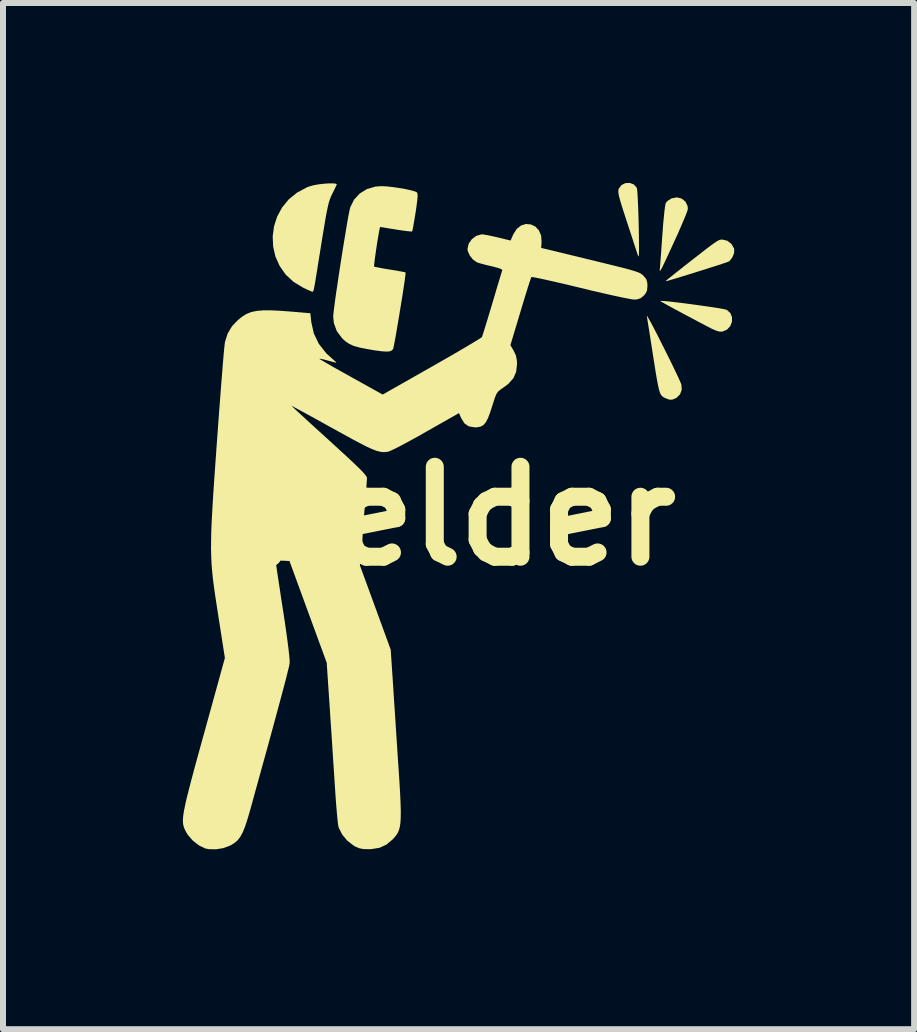
<source format=kicad_pcb>
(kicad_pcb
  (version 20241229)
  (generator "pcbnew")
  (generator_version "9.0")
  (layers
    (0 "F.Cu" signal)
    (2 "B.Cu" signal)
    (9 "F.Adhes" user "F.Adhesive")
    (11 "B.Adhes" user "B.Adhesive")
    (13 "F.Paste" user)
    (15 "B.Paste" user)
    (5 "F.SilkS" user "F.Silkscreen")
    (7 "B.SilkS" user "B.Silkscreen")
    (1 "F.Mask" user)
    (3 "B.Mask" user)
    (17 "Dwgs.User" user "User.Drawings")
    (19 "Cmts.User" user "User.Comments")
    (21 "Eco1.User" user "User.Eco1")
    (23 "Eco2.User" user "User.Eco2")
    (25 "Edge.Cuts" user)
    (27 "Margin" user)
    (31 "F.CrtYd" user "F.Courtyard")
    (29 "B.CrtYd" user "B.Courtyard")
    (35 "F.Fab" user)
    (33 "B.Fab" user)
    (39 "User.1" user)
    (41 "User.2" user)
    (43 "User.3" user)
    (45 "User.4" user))
  (footprint "welder"
    (layer "F.Cu")
    (at 4.593 5.555)
    (property "Reference" "welder" (at 0 0 0) (layer "F.SilkS") (effects (font (size 1.5 1.5) (thickness 0.3))))
    (attr board_only exclude_from_pos_files exclude_from_bom)
    (fp_poly (pts (xy 3.431 -3.585) (xy 3.511 -3.578) (xy 3.614 -3.566) (xy 3.733 -3.552) (xy 3.862 -3.535) (xy 3.995 -3.517) (xy 4.123 -3.499) (xy 4.241 -3.482) (xy 4.342 -3.466) (xy 4.419 -3.452) (xy 4.466 -3.442) (xy 4.475 -3.438) (xy 4.535 -3.386) (xy 4.563 -3.316) (xy 4.562 -3.239) (xy 4.534 -3.167) (xy 4.48 -3.109) (xy 4.404 -3.076) (xy 4.404 -3.076) (xy 4.358 -3.075) (xy 4.3 -3.091) (xy 4.22 -3.126) (xy 4.164 -3.155) (xy 4.017 -3.232) (xy 3.873 -3.309) (xy 3.737 -3.381) (xy 3.615 -3.447) (xy 3.511 -3.503) (xy 3.432 -3.547) (xy 3.381 -3.576) (xy 3.366 -3.586) (xy 3.38 -3.588)) (stroke (width 0) (type solid)) (fill yes) (layer "F.SilkS"))
    (fp_poly (pts (xy 2.927 -5.529) (xy 2.976 -5.473) (xy 2.981 -5.444) (xy 2.987 -5.379) (xy 2.992 -5.286) (xy 2.997 -5.172) (xy 3.002 -5.044) (xy 3.006 -4.909) (xy 3.009 -4.773) (xy 3.011 -4.644) (xy 3.012 -4.528) (xy 3.012 -4.433) (xy 3.011 -4.364) (xy 3.007 -4.33) (xy 3.006 -4.328) (xy 2.995 -4.344) (xy 2.991 -4.355) (xy 2.982 -4.382) (xy 2.962 -4.445) (xy 2.931 -4.537) (xy 2.894 -4.653) (xy 2.85 -4.786) (xy 2.816 -4.89) (xy 2.764 -5.05) (xy 2.724 -5.175) (xy 2.696 -5.269) (xy 2.678 -5.338) (xy 2.669 -5.387) (xy 2.667 -5.422) (xy 2.671 -5.448) (xy 2.675 -5.459) (xy 2.72 -5.519) (xy 2.786 -5.552) (xy 2.859 -5.555)) (stroke (width 0) (type solid)) (fill yes) (layer "F.SilkS"))
    (fp_poly (pts (xy 3.723 -5.294) (xy 3.786 -5.244) (xy 3.822 -5.17) (xy 3.827 -5.125) (xy 3.819 -5.09) (xy 3.794 -5.023) (xy 3.755 -4.929) (xy 3.706 -4.814) (xy 3.649 -4.684) (xy 3.61 -4.6) (xy 3.535 -4.436) (xy 3.476 -4.308) (xy 3.431 -4.213) (xy 3.399 -4.147) (xy 3.377 -4.107) (xy 3.365 -4.089) (xy 3.359 -4.09) (xy 3.358 -4.107) (xy 3.361 -4.135) (xy 3.363 -4.155) (xy 3.367 -4.206) (xy 3.373 -4.292) (xy 3.382 -4.405) (xy 3.391 -4.537) (xy 3.401 -4.679) (xy 3.404 -4.715) (xy 3.414 -4.855) (xy 3.426 -4.982) (xy 3.437 -5.089) (xy 3.448 -5.17) (xy 3.457 -5.216) (xy 3.459 -5.222) (xy 3.495 -5.26) (xy 3.55 -5.294) (xy 3.557 -5.297) (xy 3.644 -5.314)) (stroke (width 0) (type solid)) (fill yes) (layer "F.SilkS"))
    (fp_poly (pts (xy 3.149 -3.334) (xy 3.171 -3.297) (xy 3.208 -3.231) (xy 3.255 -3.142) (xy 3.31 -3.036) (xy 3.37 -2.917) (xy 3.433 -2.792) (xy 3.496 -2.666) (xy 3.557 -2.543) (xy 3.611 -2.43) (xy 3.658 -2.332) (xy 3.693 -2.255) (xy 3.715 -2.203) (xy 3.719 -2.19) (xy 3.725 -2.107) (xy 3.696 -2.029) (xy 3.639 -1.972) (xy 3.63 -1.967) (xy 3.571 -1.942) (xy 3.522 -1.94) (xy 3.462 -1.962) (xy 3.441 -1.971) (xy 3.416 -1.985) (xy 3.395 -2.001) (xy 3.377 -2.025) (xy 3.36 -2.061) (xy 3.344 -2.114) (xy 3.328 -2.188) (xy 3.309 -2.288) (xy 3.287 -2.418) (xy 3.261 -2.584) (xy 3.24 -2.718) (xy 3.216 -2.872) (xy 3.194 -3.014) (xy 3.174 -3.139) (xy 3.158 -3.239) (xy 3.147 -3.309) (xy 3.142 -3.338)) (stroke (width 0) (type solid)) (fill yes) (layer "F.SilkS"))
    (fp_poly (pts (xy 4.486 -4.59) (xy 4.554 -4.537) (xy 4.597 -4.462) (xy 4.6 -4.451) (xy 4.598 -4.387) (xy 4.571 -4.317) (xy 4.529 -4.26) (xy 4.507 -4.244) (xy 4.476 -4.232) (xy 4.409 -4.209) (xy 4.315 -4.178) (xy 4.198 -4.141) (xy 4.066 -4.099) (xy 4.001 -4.079) (xy 3.835 -4.027) (xy 3.705 -3.987) (xy 3.608 -3.957) (xy 3.539 -3.937) (xy 3.495 -3.924) (xy 3.469 -3.918) (xy 3.459 -3.917) (xy 3.46 -3.921) (xy 3.467 -3.928) (xy 3.469 -3.929) (xy 3.497 -3.953) (xy 3.547 -3.993) (xy 3.588 -4.026) (xy 3.766 -4.167) (xy 3.914 -4.283) (xy 4.034 -4.376) (xy 4.129 -4.45) (xy 4.204 -4.507) (xy 4.261 -4.548) (xy 4.303 -4.577) (xy 4.335 -4.595) (xy 4.358 -4.605) (xy 4.377 -4.609) (xy 4.395 -4.61) (xy 4.406 -4.61)) (stroke (width 0) (type solid)) (fill yes) (layer "F.SilkS"))
    (fp_poly (pts (xy -2.085 -5.547) (xy -2.039 -5.541) (xy -2.026 -5.529) (xy -2.039 -5.503) (xy -2.065 -5.449) (xy -2.1 -5.378) (xy -2.104 -5.371) (xy -2.124 -5.328) (xy -2.143 -5.281) (xy -2.16 -5.227) (xy -2.176 -5.16) (xy -2.194 -5.074) (xy -2.215 -4.964) (xy -2.238 -4.824) (xy -2.267 -4.65) (xy -2.284 -4.545) (xy -2.317 -4.338) (xy -2.344 -4.17) (xy -2.365 -4.037) (xy -2.382 -3.934) (xy -2.395 -3.859) (xy -2.405 -3.806) (xy -2.413 -3.772) (xy -2.419 -3.752) (xy -2.425 -3.743) (xy -2.43 -3.741) (xy -2.432 -3.74) (xy -2.458 -3.749) (xy -2.511 -3.772) (xy -2.581 -3.804) (xy -2.583 -3.805) (xy -2.747 -3.904) (xy -2.88 -4.027) (xy -2.98 -4.17) (xy -3.05 -4.326) (xy -3.088 -4.492) (xy -3.096 -4.661) (xy -3.074 -4.83) (xy -3.022 -4.992) (xy -2.94 -5.144) (xy -2.829 -5.28) (xy -2.689 -5.394) (xy -2.521 -5.483) (xy -2.47 -5.501) (xy -2.405 -5.518) (xy -2.324 -5.532) (xy -2.237 -5.542) (xy -2.154 -5.547)) (stroke (width 0) (type solid)) (fill yes) (layer "F.SilkS"))
    (fp_poly (pts (xy -1.198 -5.497) (xy -1.095 -5.486) (xy -0.987 -5.47) (xy -0.882 -5.452) (xy -0.791 -5.432) (xy -0.724 -5.413) (xy -0.691 -5.397) (xy -0.682 -5.376) (xy -0.679 -5.334) (xy -0.685 -5.266) (xy -0.698 -5.165) (xy -0.713 -5.063) (xy -0.731 -4.953) (xy -0.747 -4.859) (xy -0.76 -4.788) (xy -0.769 -4.75) (xy -0.77 -4.746) (xy -0.794 -4.745) (xy -0.853 -4.751) (xy -0.937 -4.762) (xy -1.038 -4.777) (xy -1.043 -4.778) (xy -1.306 -4.82) (xy -1.316 -4.775) (xy -1.327 -4.716) (xy -1.341 -4.634) (xy -1.357 -4.537) (xy -1.372 -4.435) (xy -1.386 -4.337) (xy -1.397 -4.253) (xy -1.404 -4.191) (xy -1.406 -4.161) (xy -1.405 -4.16) (xy -1.382 -4.153) (xy -1.324 -4.142) (xy -1.24 -4.126) (xy -1.142 -4.11) (xy -1.042 -4.094) (xy -0.959 -4.079) (xy -0.902 -4.068) (xy -0.88 -4.062) (xy -0.881 -4.039) (xy -0.888 -3.98) (xy -0.9 -3.89) (xy -0.917 -3.778) (xy -0.937 -3.648) (xy -0.96 -3.509) (xy -0.983 -3.365) (xy -1.007 -3.224) (xy -1.029 -3.093) (xy -1.049 -2.977) (xy -1.067 -2.883) (xy -1.08 -2.818) (xy -1.087 -2.789) (xy -1.107 -2.763) (xy -1.142 -2.747) (xy -1.198 -2.742) (xy -1.281 -2.748) (xy -1.396 -2.763) (xy -1.512 -2.783) (xy -1.644 -2.809) (xy -1.745 -2.837) (xy -1.822 -2.872) (xy -1.888 -2.917) (xy -1.936 -2.962) (xy -2.026 -3.081) (xy -2.076 -3.218) (xy -2.087 -3.325) (xy -2.084 -3.371) (xy -2.074 -3.454) (xy -2.059 -3.568) (xy -2.04 -3.707) (xy -2.016 -3.865) (xy -1.991 -4.036) (xy -1.964 -4.213) (xy -1.936 -4.391) (xy -1.908 -4.564) (xy -1.881 -4.725) (xy -1.857 -4.87) (xy -1.836 -4.99) (xy -1.818 -5.082) (xy -1.806 -5.138) (xy -1.803 -5.147) (xy -1.74 -5.275) (xy -1.645 -5.378) (xy -1.523 -5.453) (xy -1.382 -5.494) (xy -1.284 -5.501)) (stroke (width 0) (type solid)) (fill yes) (layer "F.SilkS"))
    (fp_poly (pts (xy 1.208 -4.863) (xy 1.283 -4.828) (xy 1.342 -4.765) (xy 1.38 -4.678) (xy 1.388 -4.571) (xy 1.381 -4.471) (xy 2.088 -4.3) (xy 2.31 -4.246) (xy 2.494 -4.201) (xy 2.644 -4.164) (xy 2.764 -4.134) (xy 2.857 -4.109) (xy 2.927 -4.088) (xy 2.979 -4.071) (xy 3.017 -4.056) (xy 3.044 -4.041) (xy 3.065 -4.027) (xy 3.082 -4.01) (xy 3.091 -4.002) (xy 3.133 -3.95) (xy 3.15 -3.893) (xy 3.153 -3.838) (xy 3.147 -3.765) (xy 3.123 -3.712) (xy 3.09 -3.673) (xy 3.035 -3.63) (xy 2.975 -3.612) (xy 2.93 -3.61) (xy 2.887 -3.615) (xy 2.808 -3.63) (xy 2.697 -3.652) (xy 2.56 -3.682) (xy 2.402 -3.718) (xy 2.228 -3.758) (xy 2.045 -3.803) (xy 2.032 -3.806) (xy 1.852 -3.849) (xy 1.686 -3.888) (xy 1.537 -3.922) (xy 1.412 -3.95) (xy 1.314 -3.971) (xy 1.247 -3.983) (xy 1.218 -3.985) (xy 1.217 -3.985) (xy 1.208 -3.961) (xy 1.187 -3.9) (xy 1.158 -3.809) (xy 1.122 -3.693) (xy 1.081 -3.558) (xy 1.036 -3.409) (xy 1.036 -3.409) (xy 0.868 -2.85) (xy 0.923 -2.755) (xy 0.96 -2.677) (xy 0.976 -2.594) (xy 0.978 -2.532) (xy 0.964 -2.405) (xy 0.918 -2.299) (xy 0.836 -2.206) (xy 0.758 -2.148) (xy 0.7 -2.107) (xy 0.66 -2.073) (xy 0.633 -2.032) (xy 0.609 -1.974) (xy 0.581 -1.886) (xy 0.578 -1.876) (xy 0.533 -1.736) (xy 0.494 -1.632) (xy 0.456 -1.561) (xy 0.416 -1.515) (xy 0.368 -1.49) (xy 0.31 -1.48) (xy 0.274 -1.479) (xy 0.175 -1.495) (xy 0.102 -1.545) (xy 0.047 -1.633) (xy 0.047 -1.633) (xy 0.011 -1.717) (xy -0.542 -1.403) (xy -0.686 -1.321) (xy -0.822 -1.247) (xy -0.942 -1.182) (xy -1.043 -1.13) (xy -1.119 -1.094) (xy -1.164 -1.075) (xy -1.168 -1.074) (xy -1.214 -1.067) (xy -1.259 -1.066) (xy -1.308 -1.073) (xy -1.366 -1.088) (xy -1.435 -1.115) (xy -1.522 -1.154) (xy -1.629 -1.209) (xy -1.762 -1.279) (xy -1.924 -1.368) (xy -2.098 -1.464) (xy -2.255 -1.551) (xy -2.4 -1.631) (xy -2.527 -1.701) (xy -2.633 -1.759) (xy -2.715 -1.803) (xy -2.766 -1.831) (xy -2.784 -1.839) (xy -2.768 -1.824) (xy -2.724 -1.782) (xy -2.654 -1.718) (xy -2.563 -1.634) (xy -2.453 -1.533) (xy -2.328 -1.419) (xy -2.191 -1.295) (xy -2.153 -1.26) (xy -1.989 -1.11) (xy -1.855 -0.987) (xy -1.748 -0.887) (xy -1.665 -0.807) (xy -1.604 -0.746) (xy -1.563 -0.7) (xy -1.537 -0.666) (xy -1.525 -0.643) (xy -1.524 -0.631) (xy -1.526 -0.597) (xy -1.531 -0.524) (xy -1.539 -0.42) (xy -1.55 -0.289) (xy -1.562 -0.138) (xy -1.576 0.028) (xy -1.584 0.122) (xy -1.642 0.821) (xy -1.385 1.524) (xy -1.128 2.228) (xy -1.085 2.87) (xy -1.072 3.077) (xy -1.056 3.313) (xy -1.04 3.561) (xy -1.024 3.807) (xy -1.009 4.036) (xy -1 4.164) (xy -0.984 4.407) (xy -0.972 4.61) (xy -0.964 4.779) (xy -0.96 4.916) (xy -0.961 5.028) (xy -0.966 5.116) (xy -0.977 5.187) (xy -0.993 5.244) (xy -1.015 5.291) (xy -1.043 5.332) (xy -1.078 5.373) (xy -1.094 5.39) (xy -1.198 5.478) (xy -1.312 5.531) (xy -1.446 5.553) (xy -1.49 5.555) (xy -1.58 5.553) (xy -1.647 5.541) (xy -1.708 5.516) (xy -1.746 5.495) (xy -1.849 5.416) (xy -1.935 5.314) (xy -1.991 5.205) (xy -2 5.178) (xy -2.007 5.134) (xy -2.016 5.054) (xy -2.026 4.946) (xy -2.037 4.815) (xy -2.048 4.669) (xy -2.054 4.578) (xy -2.064 4.426) (xy -2.076 4.241) (xy -2.09 4.032) (xy -2.104 3.81) (xy -2.119 3.584) (xy -2.134 3.365) (xy -2.141 3.251) (xy -2.195 2.446) (xy -2.506 1.598) (xy -2.816 0.75) (xy -2.93 0.744) (xy -3.005 0.743) (xy -3.04 0.754) (xy -3.045 0.764) (xy -3.041 0.791) (xy -3.032 0.856) (xy -3.018 0.954) (xy -2.999 1.08) (xy -2.976 1.229) (xy -2.951 1.396) (xy -2.923 1.575) (xy -2.886 1.818) (xy -2.857 2.025) (xy -2.835 2.194) (xy -2.82 2.324) (xy -2.813 2.414) (xy -2.814 2.457) (xy -2.822 2.502) (xy -2.843 2.587) (xy -2.874 2.712) (xy -2.917 2.876) (xy -2.971 3.077) (xy -3.035 3.314) (xy -3.109 3.587) (xy -3.193 3.894) (xy -3.287 4.234) (xy -3.39 4.606) (xy -3.462 4.869) (xy -3.511 5.038) (xy -3.554 5.171) (xy -3.595 5.273) (xy -3.637 5.35) (xy -3.683 5.409) (xy -3.737 5.454) (xy -3.801 5.493) (xy -3.808 5.496) (xy -3.918 5.537) (xy -4.042 5.557) (xy -4.161 5.555) (xy -4.219 5.543) (xy -4.326 5.492) (xy -4.429 5.411) (xy -4.514 5.312) (xy -4.536 5.276) (xy -4.556 5.238) (xy -4.573 5.2) (xy -4.585 5.161) (xy -4.592 5.117) (xy -4.593 5.064) (xy -4.588 4.999) (xy -4.576 4.919) (xy -4.556 4.82) (xy -4.529 4.7) (xy -4.492 4.554) (xy -4.447 4.381) (xy -4.392 4.175) (xy -4.326 3.934) (xy -4.249 3.655) (xy -4.243 3.635) (xy -3.893 2.366) (xy -4.004 1.656) (xy -4.031 1.481) (xy -4.055 1.325) (xy -4.075 1.183) (xy -4.092 1.051) (xy -4.105 0.926) (xy -4.115 0.804) (xy -4.121 0.679) (xy -4.124 0.549) (xy -4.123 0.409) (xy -4.12 0.254) (xy -4.113 0.082) (xy -4.102 -0.113) (xy -4.089 -0.334) (xy -4.072 -0.586) (xy -4.052 -0.872) (xy -4.029 -1.197) (xy -4.025 -1.25) (xy -4.006 -1.508) (xy -3.988 -1.756) (xy -3.97 -1.988) (xy -3.954 -2.203) (xy -3.938 -2.396) (xy -3.925 -2.564) (xy -3.913 -2.702) (xy -3.903 -2.806) (xy -3.896 -2.874) (xy -3.893 -2.898) (xy -3.847 -3.043) (xy -3.773 -3.167) (xy -3.678 -3.266) (xy -3.608 -3.323) (xy -3.537 -3.368) (xy -3.458 -3.4) (xy -3.367 -3.42) (xy -3.256 -3.43) (xy -3.12 -3.43) (xy -2.953 -3.422) (xy -2.762 -3.407) (xy -2.468 -3.382) (xy -2.452 -3.232) (xy -2.41 -3.045) (xy -2.327 -2.872) (xy -2.202 -2.713) (xy -2.066 -2.59) (xy -2.04 -2.569) (xy -2.034 -2.559) (xy -2.056 -2.561) (xy -2.11 -2.575) (xy -2.162 -2.589) (xy -2.237 -2.609) (xy -2.293 -2.621) (xy -2.319 -2.624) (xy -2.32 -2.624) (xy -2.303 -2.612) (xy -2.253 -2.582) (xy -2.175 -2.537) (xy -2.073 -2.478) (xy -1.951 -2.41) (xy -1.815 -2.334) (xy -1.794 -2.322) (xy -1.262 -2.026) (xy -0.441 -2.492) (xy -0.268 -2.591) (xy -0.107 -2.683) (xy 0.038 -2.768) (xy 0.164 -2.842) (xy 0.266 -2.903) (xy 0.341 -2.949) (xy 0.384 -2.977) (xy 0.393 -2.985) (xy 0.403 -3.012) (xy 0.423 -3.076) (xy 0.452 -3.169) (xy 0.488 -3.286) (xy 0.529 -3.422) (xy 0.566 -3.545) (xy 0.609 -3.69) (xy 0.648 -3.823) (xy 0.682 -3.936) (xy 0.709 -4.024) (xy 0.726 -4.081) (xy 0.733 -4.101) (xy 0.717 -4.117) (xy 0.664 -4.137) (xy 0.581 -4.159) (xy 0.561 -4.164) (xy 0.468 -4.185) (xy 0.382 -4.208) (xy 0.32 -4.227) (xy 0.31 -4.231) (xy 0.245 -4.276) (xy 0.19 -4.344) (xy 0.157 -4.42) (xy 0.152 -4.454) (xy 0.172 -4.541) (xy 0.225 -4.617) (xy 0.3 -4.673) (xy 0.386 -4.697) (xy 0.396 -4.697) (xy 0.438 -4.692) (xy 0.51 -4.679) (xy 0.601 -4.659) (xy 0.658 -4.646) (xy 0.871 -4.594) (xy 0.915 -4.696) (xy 0.973 -4.788) (xy 1.046 -4.845) (xy 1.127 -4.87)) (stroke (width 0) (type solid)) (fill yes) (layer "F.SilkS")))
  (gr_rect
    (start -3 -3)
    (end 12.193 14.112)
    (stroke (width 0.1) (type default))
    (fill no)
    (layer "Edge.Cuts")))
</source>
